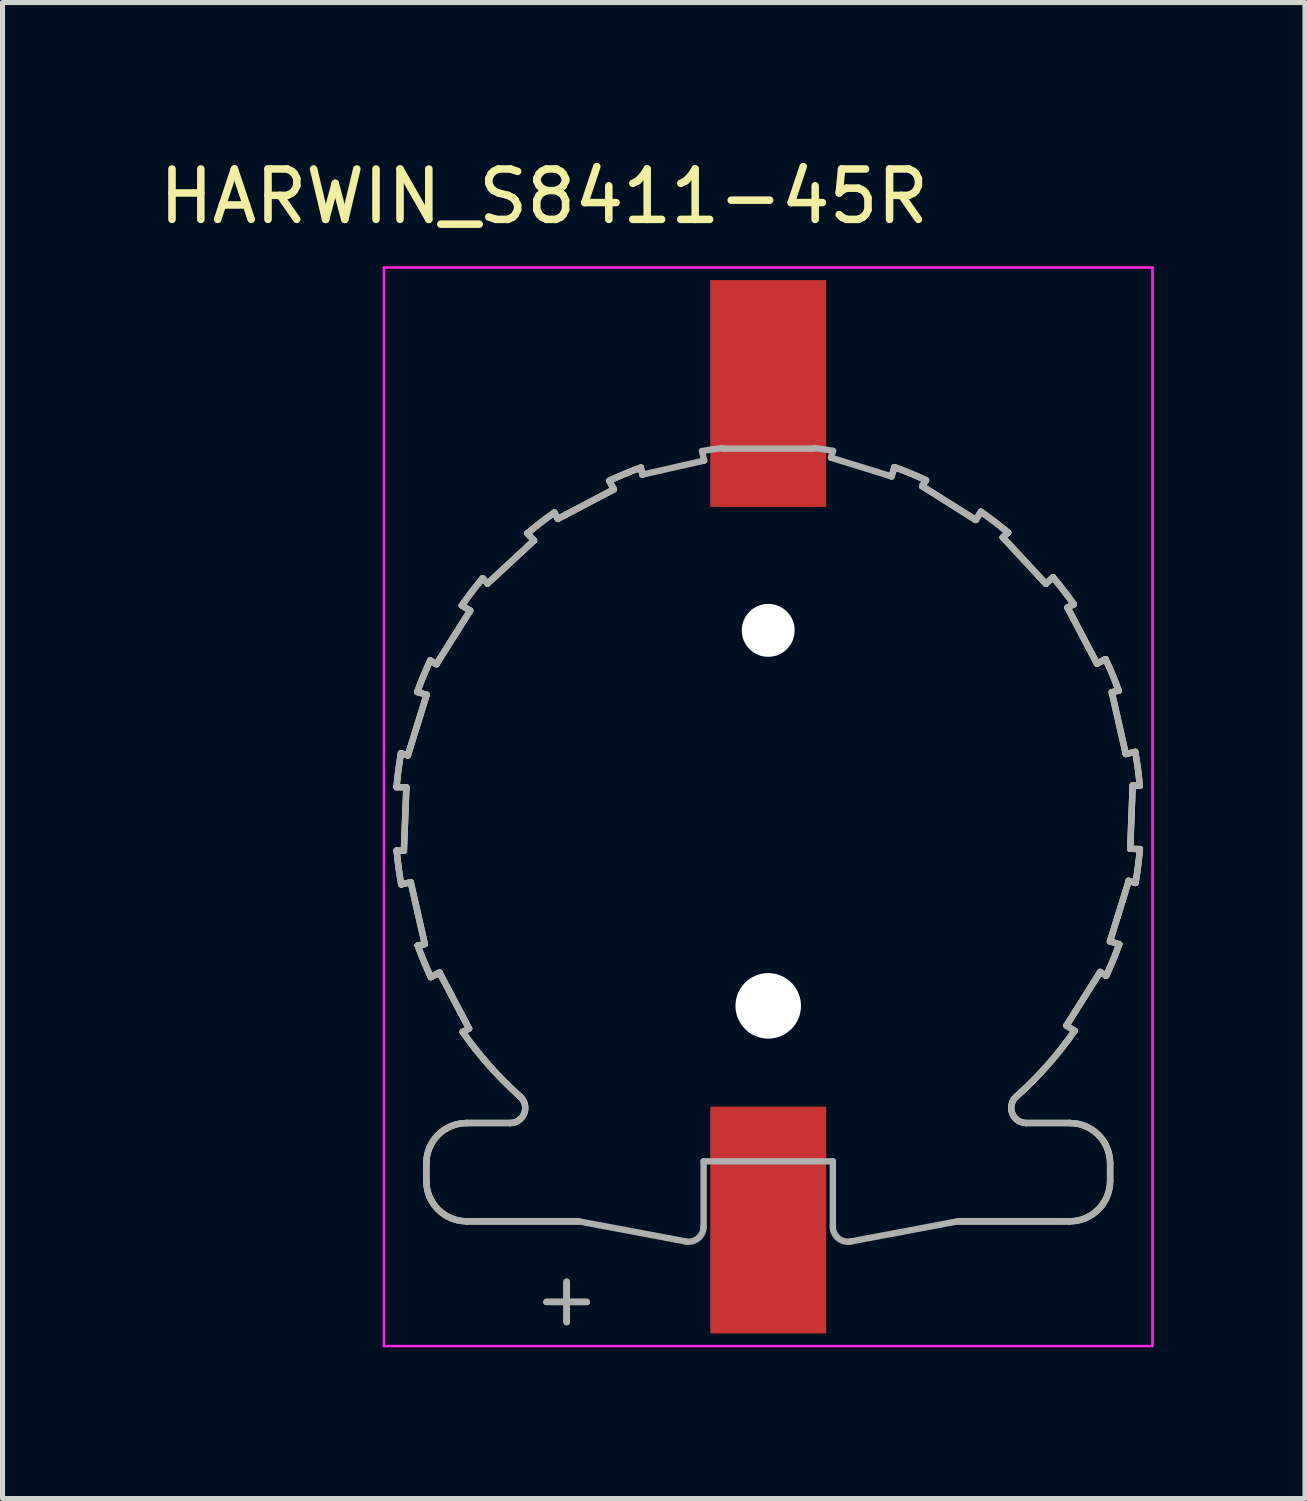
<source format=kicad_pcb>
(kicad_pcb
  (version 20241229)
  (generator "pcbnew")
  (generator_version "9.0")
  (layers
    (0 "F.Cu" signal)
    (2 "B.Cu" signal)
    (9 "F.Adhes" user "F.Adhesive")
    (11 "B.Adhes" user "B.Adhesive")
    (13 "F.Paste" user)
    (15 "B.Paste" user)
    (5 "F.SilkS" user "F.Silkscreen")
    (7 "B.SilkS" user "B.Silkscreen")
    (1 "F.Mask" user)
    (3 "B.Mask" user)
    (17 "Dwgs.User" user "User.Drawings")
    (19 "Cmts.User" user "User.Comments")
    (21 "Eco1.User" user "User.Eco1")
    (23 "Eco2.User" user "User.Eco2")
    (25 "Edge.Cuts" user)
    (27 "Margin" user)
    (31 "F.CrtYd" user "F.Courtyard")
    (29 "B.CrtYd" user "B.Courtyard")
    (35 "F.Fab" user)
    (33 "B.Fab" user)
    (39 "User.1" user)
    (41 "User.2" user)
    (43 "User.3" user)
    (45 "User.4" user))
  (footprint "HARWIN_S8411-45R"
    (layer "F.Cu")
    (at 12.193 13.183)
    (property "Reference" "HARWIN_S8411-45R" (at -4.449 -12.335 0) (layer "F.SilkS") (effects (font (size 1 1) (thickness 0.15))))
    (attr smd)
    (fp_line (start -7.372 0.643) (end -7.229 0.649) (stroke (width 0.127) (type solid)) (layer "F.SilkS"))
    (fp_line (start -7.287 -1.287) (end -7.15 -1.245) (stroke (width 0.127) (type solid)) (layer "F.SilkS"))
    (fp_line (start -7.229 0.649) (end -7.18 -0.608) (stroke (width 0.127) (type solid)) (layer "F.SilkS"))
    (fp_line (start -7.18 -0.608) (end -7.374 -0.615) (stroke (width 0.127) (type solid)) (layer "F.SilkS"))
    (fp_line (start -7.15 -1.245) (end -6.778 -2.446) (stroke (width 0.127) (type solid)) (layer "F.SilkS"))
    (fp_line (start -7.093 1.272) (end -7.282 1.315) (stroke (width 0.127) (type solid)) (layer "F.SilkS"))
    (fp_line (start -6.954 2.53) (end -6.814 2.498) (stroke (width 0.127) (type solid)) (layer "F.SilkS"))
    (fp_line (start -6.814 2.498) (end -7.093 1.272) (stroke (width 0.127) (type solid)) (layer "F.SilkS"))
    (fp_line (start -6.784 6.85) (end -6.784 7.2) (stroke (width 0.127) (type solid)) (layer "F.SilkS"))
    (fp_line (start -6.778 -2.446) (end -6.964 -2.503) (stroke (width 0.127) (type solid)) (layer "F.SilkS"))
    (fp_line (start -6.706 -3.13) (end -6.584 -3.053) (stroke (width 0.127) (type solid)) (layer "F.SilkS"))
    (fp_line (start -6.584 -3.053) (end -5.914 -4.117) (stroke (width 0.127) (type solid)) (layer "F.SilkS"))
    (fp_line (start -6.522 3.065) (end -6.694 3.155) (stroke (width 0.127) (type solid)) (layer "F.SilkS"))
    (fp_line (start -6.062 4.243) (end -5.936 4.177) (stroke (width 0.127) (type solid)) (layer "F.SilkS"))
    (fp_line (start -5.984 8) (end -3.764 8) (stroke (width 0.127) (type solid)) (layer "F.SilkS"))
    (fp_line (start -5.936 4.177) (end -6.522 3.065) (stroke (width 0.127) (type solid)) (layer "F.SilkS"))
    (fp_line (start -5.914 -4.117) (end -6.079 -4.22) (stroke (width 0.127) (type solid)) (layer "F.SilkS"))
    (fp_line (start -5.667 -4.759) (end -5.57 -4.654) (stroke (width 0.127) (type solid)) (layer "F.SilkS"))
    (fp_line (start -5.57 -4.654) (end -4.647 -5.508) (stroke (width 0.127) (type solid)) (layer "F.SilkS"))
    (fp_line (start -5.121 6.05) (end -5.984 6.05) (stroke (width 0.127) (type solid)) (layer "F.SilkS"))
    (fp_line (start -4.647 -5.508) (end -4.779 -5.65) (stroke (width 0.127) (type solid)) (layer "F.SilkS"))
    (fp_line (start -4.4 9.6) (end -3.6 9.6) (stroke (width 0.127) (type solid)) (layer "F.SilkS"))
    (fp_line (start -4.242 -6.063) (end -4.175 -5.937) (stroke (width 0.127) (type solid)) (layer "F.SilkS"))
    (fp_line (start -4.175 -5.937) (end -3.063 -6.523) (stroke (width 0.127) (type solid)) (layer "F.SilkS"))
    (fp_line (start -4 10) (end -4 9.2) (stroke (width 0.127) (type solid)) (layer "F.SilkS"))
    (fp_line (start -3.063 -6.523) (end -3.154 -6.694) (stroke (width 0.127) (type solid)) (layer "F.SilkS"))
    (fp_line (start -2.528 -6.955) (end -2.497 -6.816) (stroke (width 0.127) (type solid)) (layer "F.SilkS"))
    (fp_line (start 2.447 -6.78) (end 2.504 -6.964) (stroke (width 0.127) (type solid)) (layer "F.SilkS"))
    (fp_line (start 3.054 -6.586) (end 4.118 -5.916) (stroke (width 0.127) (type solid)) (layer "F.SilkS"))
    (fp_line (start 3.13 -6.705) (end 3.054 -6.586) (stroke (width 0.127) (type solid)) (layer "F.SilkS"))
    (fp_line (start 3.764 8) (end 5.984 8) (stroke (width 0.127) (type solid)) (layer "F.SilkS"))
    (fp_line (start 4.118 -5.916) (end 4.221 -6.078) (stroke (width 0.127) (type solid)) (layer "F.SilkS"))
    (fp_line (start 4.655 -5.571) (end 5.509 -4.649) (stroke (width 0.127) (type solid)) (layer "F.SilkS"))
    (fp_line (start 4.759 -5.667) (end 4.655 -5.571) (stroke (width 0.127) (type solid)) (layer "F.SilkS"))
    (fp_line (start 5.509 -4.649) (end 5.65 -4.779) (stroke (width 0.127) (type solid)) (layer "F.SilkS"))
    (fp_line (start 5.917 4.117) (end 6.079 4.219) (stroke (width 0.127) (type solid)) (layer "F.SilkS"))
    (fp_line (start 5.938 -4.177) (end 6.524 -3.065) (stroke (width 0.127) (type solid)) (layer "F.SilkS"))
    (fp_line (start 5.984 6.05) (end 5.121 6.05) (stroke (width 0.127) (type solid)) (layer "F.SilkS"))
    (fp_line (start 6.063 -4.243) (end 5.938 -4.177) (stroke (width 0.127) (type solid)) (layer "F.SilkS"))
    (fp_line (start 6.524 -3.065) (end 6.694 -3.154) (stroke (width 0.127) (type solid)) (layer "F.SilkS"))
    (fp_line (start 6.587 3.053) (end 5.917 4.117) (stroke (width 0.127) (type solid)) (layer "F.SilkS"))
    (fp_line (start 6.706 3.128) (end 6.587 3.053) (stroke (width 0.127) (type solid)) (layer "F.SilkS"))
    (fp_line (start 6.781 2.446) (end 6.964 2.502) (stroke (width 0.127) (type solid)) (layer "F.SilkS"))
    (fp_line (start 6.784 7.2) (end 6.784 6.85) (stroke (width 0.127) (type solid)) (layer "F.SilkS"))
    (fp_line (start 6.817 -2.498) (end 7.095 -1.272) (stroke (width 0.127) (type solid)) (layer "F.SilkS"))
    (fp_line (start 6.954 -2.529) (end 6.817 -2.498) (stroke (width 0.127) (type solid)) (layer "F.SilkS"))
    (fp_line (start 7.095 -1.272) (end 7.282 -1.314) (stroke (width 0.127) (type solid)) (layer "F.SilkS"))
    (fp_line (start 7.153 1.245) (end 6.781 2.446) (stroke (width 0.127) (type solid)) (layer "F.SilkS"))
    (fp_line (start 7.183 0.608) (end 7.374 0.615) (stroke (width 0.127) (type solid)) (layer "F.SilkS"))
    (fp_line (start 7.231 -0.649) (end 7.183 0.608) (stroke (width 0.127) (type solid)) (layer "F.SilkS"))
    (fp_line (start 7.287 1.286) (end 7.153 1.245) (stroke (width 0.127) (type solid)) (layer "F.SilkS"))
    (fp_line (start 7.372 -0.643) (end 7.231 -0.649) (stroke (width 0.127) (type solid)) (layer "F.SilkS"))
    (fp_arc (start -7.37439 -0.61505) (mid -7.338493 -0.952084) (end -7.2872 -1.28712) (stroke (width 0.127) (type solid)) (layer "F.SilkS"))
    (fp_arc (start -7.28225 1.31486) (mid -7.334819 0.980023) (end -7.372 0.643131) (stroke (width 0.127) (type solid)) (layer "F.SilkS"))
    (fp_arc (start -6.96382 -2.50302) (mid -6.841906 -2.819262) (end -6.70564 -3.12959) (stroke (width 0.127) (type solid)) (layer "F.SilkS"))
    (fp_arc (start -6.78377 6.85) (mid -6.549455 6.284315) (end -5.98377 6.05) (stroke (width 0.127) (type solid)) (layer "F.SilkS"))
    (fp_arc (start -6.69367 3.15511) (mid -6.83112 2.845304) (end -6.95424 2.52953) (stroke (width 0.127) (type solid)) (layer "F.SilkS"))
    (fp_arc (start -6.07854 -4.22035) (mid -5.878935 -4.494233) (end -5.667 -4.75869) (stroke (width 0.127) (type solid)) (layer "F.SilkS"))
    (fp_arc (start -5.98377 8) (mid -6.549455 7.765685) (end -6.78377 7.2) (stroke (width 0.127) (type solid)) (layer "F.SilkS"))
    (fp_arc (start -4.92175 5.52597) (mid -5.529394 4.917908) (end -6.06242 4.24348) (stroke (width 0.127) (type solid)) (layer "F.SilkS"))
    (fp_arc (start -4.92175 5.52597) (mid -4.840913 5.856751) (end -5.12128 6.05) (stroke (width 0.127) (type solid)) (layer "F.SilkS"))
    (fp_arc (start -4.77893 -5.64994) (mid -4.515254 -5.862802) (end -4.24211 -6.06337) (stroke (width 0.127) (type solid)) (layer "F.SilkS"))
    (fp_arc (start -3.15361 -6.69438) (mid -2.843856 -6.831727) (end -2.52814 -6.95475) (stroke (width 0.127) (type solid)) (layer "F.SilkS"))
    (fp_arc (start 2.50379 -6.96355) (mid 2.819819 -6.841682) (end 3.12994 -6.70548) (stroke (width 0.127) (type solid)) (layer "F.SilkS"))
    (fp_arc (start 4.22066 -6.07833) (mid 4.494357 -5.878842) (end 4.75864 -5.66704) (stroke (width 0.127) (type solid)) (layer "F.SilkS"))
    (fp_arc (start 5.12128 6.05) (mid 4.840913 5.856751) (end 4.92175 5.52597) (stroke (width 0.127) (type solid)) (layer "F.SilkS"))
    (fp_arc (start 5.6499 -4.77898) (mid 5.862629 -4.515483) (end 6.06308 -4.24253) (stroke (width 0.127) (type solid)) (layer "F.SilkS"))
    (fp_arc (start 5.98377 6.05) (mid 6.549455 6.284315) (end 6.78377 6.85) (stroke (width 0.127) (type solid)) (layer "F.SilkS"))
    (fp_arc (start 6.07929 4.21927) (mid 5.539187 4.906873) (end 4.92175 5.52597) (stroke (width 0.127) (type solid)) (layer "F.SilkS"))
    (fp_arc (start 6.69417 -3.15407) (mid 6.831452 -2.844523) (end 6.95443 -2.52902) (stroke (width 0.127) (type solid)) (layer "F.SilkS"))
    (fp_arc (start 6.78377 7.2) (mid 6.549455 7.765685) (end 5.98377 8) (stroke (width 0.127) (type solid)) (layer "F.SilkS"))
    (fp_arc (start 6.96407 2.50234) (mid 6.842299 2.818316) (end 6.7062 3.12839) (stroke (width 0.127) (type solid)) (layer "F.SilkS"))
    (fp_arc (start 7.28234 -1.31432) (mid 7.334844 -0.979795) (end 7.37199 -0.643219) (stroke (width 0.127) (type solid)) (layer "F.SilkS"))
    (fp_arc (start 7.37441 0.614959) (mid 7.338553 0.951676) (end 7.28733 1.2864) (stroke (width 0.127) (type solid)) (layer "F.SilkS"))
    (fp_line (start -7.624 -10.925) (end -7.624 10.475) (stroke (width 0.05) (type solid)) (layer "F.CrtYd"))
    (fp_line (start -7.624 10.475) (end 7.624 10.475) (stroke (width 0.05) (type solid)) (layer "F.CrtYd"))
    (fp_line (start 7.624 -10.925) (end -7.624 -10.925) (stroke (width 0.05) (type solid)) (layer "F.CrtYd"))
    (fp_line (start 7.624 10.475) (end 7.624 -10.925) (stroke (width 0.05) (type solid)) (layer "F.CrtYd"))
    (fp_line (start -7.372 0.643) (end -7.229 0.649) (stroke (width 0.127) (type solid)) (layer "F.Fab"))
    (fp_line (start -7.287 -1.287) (end -7.15 -1.245) (stroke (width 0.127) (type solid)) (layer "F.Fab"))
    (fp_line (start -7.229 0.649) (end -7.18 -0.608) (stroke (width 0.127) (type solid)) (layer "F.Fab"))
    (fp_line (start -7.18 -0.608) (end -7.374 -0.615) (stroke (width 0.127) (type solid)) (layer "F.Fab"))
    (fp_line (start -7.15 -1.245) (end -6.778 -2.446) (stroke (width 0.127) (type solid)) (layer "F.Fab"))
    (fp_line (start -7.093 1.272) (end -7.282 1.315) (stroke (width 0.127) (type solid)) (layer "F.Fab"))
    (fp_line (start -6.954 2.53) (end -6.814 2.498) (stroke (width 0.127) (type solid)) (layer "F.Fab"))
    (fp_line (start -6.814 2.498) (end -7.093 1.272) (stroke (width 0.127) (type solid)) (layer "F.Fab"))
    (fp_line (start -6.784 6.85) (end -6.784 7.2) (stroke (width 0.127) (type solid)) (layer "F.Fab"))
    (fp_line (start -6.778 -2.446) (end -6.964 -2.503) (stroke (width 0.127) (type solid)) (layer "F.Fab"))
    (fp_line (start -6.706 -3.13) (end -6.584 -3.053) (stroke (width 0.127) (type solid)) (layer "F.Fab"))
    (fp_line (start -6.584 -3.053) (end -5.914 -4.117) (stroke (width 0.127) (type solid)) (layer "F.Fab"))
    (fp_line (start -6.522 3.065) (end -6.694 3.155) (stroke (width 0.127) (type solid)) (layer "F.Fab"))
    (fp_line (start -6.062 4.243) (end -5.936 4.177) (stroke (width 0.127) (type solid)) (layer "F.Fab"))
    (fp_line (start -5.984 8) (end -3.764 8) (stroke (width 0.127) (type solid)) (layer "F.Fab"))
    (fp_line (start -5.936 4.177) (end -6.522 3.065) (stroke (width 0.127) (type solid)) (layer "F.Fab"))
    (fp_line (start -5.914 -4.117) (end -6.079 -4.22) (stroke (width 0.127) (type solid)) (layer "F.Fab"))
    (fp_line (start -5.667 -4.759) (end -5.57 -4.654) (stroke (width 0.127) (type solid)) (layer "F.Fab"))
    (fp_line (start -5.57 -4.654) (end -4.647 -5.508) (stroke (width 0.127) (type solid)) (layer "F.Fab"))
    (fp_line (start -5.121 6.05) (end -5.984 6.05) (stroke (width 0.127) (type solid)) (layer "F.Fab"))
    (fp_line (start -4.647 -5.508) (end -4.779 -5.65) (stroke (width 0.127) (type solid)) (layer "F.Fab"))
    (fp_line (start -4.4 9.6) (end -3.6 9.6) (stroke (width 0.127) (type solid)) (layer "F.Fab"))
    (fp_line (start -4.242 -6.063) (end -4.175 -5.937) (stroke (width 0.127) (type solid)) (layer "F.Fab"))
    (fp_line (start -4.175 -5.937) (end -3.063 -6.523) (stroke (width 0.127) (type solid)) (layer "F.Fab"))
    (fp_line (start -4 10) (end -4 9.2) (stroke (width 0.127) (type solid)) (layer "F.Fab"))
    (fp_line (start -3.764 8) (end -1.637 8.4) (stroke (width 0.127) (type solid)) (layer "F.Fab"))
    (fp_line (start -3.063 -6.523) (end -3.154 -6.694) (stroke (width 0.127) (type solid)) (layer "F.Fab"))
    (fp_line (start -2.528 -6.955) (end -2.497 -6.816) (stroke (width 0.127) (type solid)) (layer "F.Fab"))
    (fp_line (start -2.497 -6.816) (end -1.271 -7.094) (stroke (width 0.127) (type solid)) (layer "F.Fab"))
    (fp_line (start -1.282 6.81) (end -1.282 8.105) (stroke (width 0.127) (type solid)) (layer "F.Fab"))
    (fp_line (start -1.282 6.81) (end 1.282 6.81) (stroke (width 0.127) (type solid)) (layer "F.Fab"))
    (fp_line (start -1.271 -7.094) (end -1.313 -7.283) (stroke (width 0.127) (type solid)) (layer "F.Fab"))
    (fp_line (start 0.9 -7.33) (end -0.9 -7.33) (stroke (width 0.127) (type solid)) (layer "F.Fab"))
    (fp_line (start 1.246 -7.151) (end 2.447 -6.78) (stroke (width 0.127) (type solid)) (layer "F.Fab"))
    (fp_line (start 1.282 8.105) (end 1.282 6.81) (stroke (width 0.127) (type solid)) (layer "F.Fab"))
    (fp_line (start 1.288 -7.287) (end 1.246 -7.151) (stroke (width 0.127) (type solid)) (layer "F.Fab"))
    (fp_line (start 1.637 8.4) (end 3.764 8) (stroke (width 0.127) (type solid)) (layer "F.Fab"))
    (fp_line (start 2.447 -6.78) (end 2.504 -6.964) (stroke (width 0.127) (type solid)) (layer "F.Fab"))
    (fp_line (start 3.054 -6.586) (end 4.118 -5.916) (stroke (width 0.127) (type solid)) (layer "F.Fab"))
    (fp_line (start 3.13 -6.705) (end 3.054 -6.586) (stroke (width 0.127) (type solid)) (layer "F.Fab"))
    (fp_line (start 3.764 8) (end 5.984 8) (stroke (width 0.127) (type solid)) (layer "F.Fab"))
    (fp_line (start 4.118 -5.916) (end 4.221 -6.078) (stroke (width 0.127) (type solid)) (layer "F.Fab"))
    (fp_line (start 4.655 -5.571) (end 5.509 -4.649) (stroke (width 0.127) (type solid)) (layer "F.Fab"))
    (fp_line (start 4.759 -5.667) (end 4.655 -5.571) (stroke (width 0.127) (type solid)) (layer "F.Fab"))
    (fp_line (start 5.509 -4.649) (end 5.65 -4.779) (stroke (width 0.127) (type solid)) (layer "F.Fab"))
    (fp_line (start 5.917 4.117) (end 6.079 4.219) (stroke (width 0.127) (type solid)) (layer "F.Fab"))
    (fp_line (start 5.938 -4.177) (end 6.524 -3.065) (stroke (width 0.127) (type solid)) (layer "F.Fab"))
    (fp_line (start 5.984 6.05) (end 5.121 6.05) (stroke (width 0.127) (type solid)) (layer "F.Fab"))
    (fp_line (start 6.063 -4.243) (end 5.938 -4.177) (stroke (width 0.127) (type solid)) (layer "F.Fab"))
    (fp_line (start 6.524 -3.065) (end 6.694 -3.154) (stroke (width 0.127) (type solid)) (layer "F.Fab"))
    (fp_line (start 6.587 3.053) (end 5.917 4.117) (stroke (width 0.127) (type solid)) (layer "F.Fab"))
    (fp_line (start 6.706 3.128) (end 6.587 3.053) (stroke (width 0.127) (type solid)) (layer "F.Fab"))
    (fp_line (start 6.781 2.446) (end 6.964 2.502) (stroke (width 0.127) (type solid)) (layer "F.Fab"))
    (fp_line (start 6.784 7.2) (end 6.784 6.85) (stroke (width 0.127) (type solid)) (layer "F.Fab"))
    (fp_line (start 6.817 -2.498) (end 7.095 -1.272) (stroke (width 0.127) (type solid)) (layer "F.Fab"))
    (fp_line (start 6.954 -2.529) (end 6.817 -2.498) (stroke (width 0.127) (type solid)) (layer "F.Fab"))
    (fp_line (start 7.095 -1.272) (end 7.282 -1.314) (stroke (width 0.127) (type solid)) (layer "F.Fab"))
    (fp_line (start 7.153 1.245) (end 6.781 2.446) (stroke (width 0.127) (type solid)) (layer "F.Fab"))
    (fp_line (start 7.183 0.608) (end 7.374 0.615) (stroke (width 0.127) (type solid)) (layer "F.Fab"))
    (fp_line (start 7.231 -0.649) (end 7.183 0.608) (stroke (width 0.127) (type solid)) (layer "F.Fab"))
    (fp_line (start 7.287 1.286) (end 7.153 1.245) (stroke (width 0.127) (type solid)) (layer "F.Fab"))
    (fp_line (start 7.372 -0.643) (end 7.231 -0.649) (stroke (width 0.127) (type solid)) (layer "F.Fab"))
    (fp_arc (start -7.37439 -0.61505) (mid -7.338493 -0.952084) (end -7.2872 -1.28712) (stroke (width 0.127) (type solid)) (layer "F.Fab"))
    (fp_arc (start -7.28225 1.31486) (mid -7.334819 0.980023) (end -7.372 0.643131) (stroke (width 0.127) (type solid)) (layer "F.Fab"))
    (fp_arc (start -6.96382 -2.50302) (mid -6.841906 -2.819262) (end -6.70564 -3.12959) (stroke (width 0.127) (type solid)) (layer "F.Fab"))
    (fp_arc (start -6.78377 6.85) (mid -6.549455 6.284315) (end -5.98377 6.05) (stroke (width 0.127) (type solid)) (layer "F.Fab"))
    (fp_arc (start -6.69367 3.15511) (mid -6.83112 2.845304) (end -6.95424 2.52953) (stroke (width 0.127) (type solid)) (layer "F.Fab"))
    (fp_arc (start -6.07854 -4.22035) (mid -5.878935 -4.494233) (end -5.667 -4.75869) (stroke (width 0.127) (type solid)) (layer "F.Fab"))
    (fp_arc (start -5.98377 8) (mid -6.549455 7.765685) (end -6.78377 7.2) (stroke (width 0.127) (type solid)) (layer "F.Fab"))
    (fp_arc (start -4.92175 5.52597) (mid -5.529394 4.917908) (end -6.06242 4.24348) (stroke (width 0.127) (type solid)) (layer "F.Fab"))
    (fp_arc (start -4.92175 5.52597) (mid -4.840913 5.856751) (end -5.12128 6.05) (stroke (width 0.127) (type solid)) (layer "F.Fab"))
    (fp_arc (start -4.77893 -5.64994) (mid -4.515254 -5.862802) (end -4.24211 -6.06337) (stroke (width 0.127) (type solid)) (layer "F.Fab"))
    (fp_arc (start -3.15361 -6.69438) (mid -2.843856 -6.831727) (end -2.52814 -6.95475) (stroke (width 0.127) (type solid)) (layer "F.Fab"))
    (fp_arc (start -1.31341 -7.28252) (mid -1.117636 -7.315121) (end -0.921059 -7.34246) (stroke (width 0.127) (type solid)) (layer "F.Fab"))
    (fp_arc (start -1.28188 8.10523) (mid -1.390366 8.336146) (end -1.637361 8.40006) (stroke (width 0.127) (type solid)) (layer "F.Fab"))
    (fp_arc (start 0.92105 -7.34245) (mid 1.104827 -7.317055) (end 1.28791 -7.28706) (stroke (width 0.127) (type solid)) (layer "F.Fab"))
    (fp_arc (start 1.63736 8.40006) (mid 1.390371 8.336143) (end 1.281891 8.10523) (stroke (width 0.127) (type solid)) (layer "F.Fab"))
    (fp_arc (start 2.50379 -6.96355) (mid 2.819819 -6.841682) (end 3.12994 -6.70548) (stroke (width 0.127) (type solid)) (layer "F.Fab"))
    (fp_arc (start 4.22066 -6.07833) (mid 4.494357 -5.878842) (end 4.75864 -5.66704) (stroke (width 0.127) (type solid)) (layer "F.Fab"))
    (fp_arc (start 5.12128 6.05) (mid 4.840913 5.856751) (end 4.92175 5.52597) (stroke (width 0.127) (type solid)) (layer "F.Fab"))
    (fp_arc (start 5.6499 -4.77898) (mid 5.862629 -4.515483) (end 6.06308 -4.24253) (stroke (width 0.127) (type solid)) (layer "F.Fab"))
    (fp_arc (start 5.98377 6.05) (mid 6.549455 6.284315) (end 6.78377 6.85) (stroke (width 0.127) (type solid)) (layer "F.Fab"))
    (fp_arc (start 6.07929 4.21927) (mid 5.539187 4.906873) (end 4.92175 5.52597) (stroke (width 0.127) (type solid)) (layer "F.Fab"))
    (fp_arc (start 6.69417 -3.15407) (mid 6.831452 -2.844523) (end 6.95443 -2.52902) (stroke (width 0.127) (type solid)) (layer "F.Fab"))
    (fp_arc (start 6.78377 7.2) (mid 6.549455 7.765685) (end 5.98377 8) (stroke (width 0.127) (type solid)) (layer "F.Fab"))
    (fp_arc (start 6.96407 2.50234) (mid 6.842299 2.818316) (end 6.7062 3.12839) (stroke (width 0.127) (type solid)) (layer "F.Fab"))
    (fp_arc (start 7.28234 -1.31432) (mid 7.334844 -0.979795) (end 7.37199 -0.643219) (stroke (width 0.127) (type solid)) (layer "F.Fab"))
    (fp_arc (start 7.37441 0.614959) (mid 7.338553 0.951676) (end 7.28733 1.2864) (stroke (width 0.127) (type solid)) (layer "F.Fab"))
    (pad "" np_thru_hole circle (at 0 -3.725) (size 1.05 1.05) (drill 1.05) (layers "*.Cu" "*.Mask"))
    (pad "" np_thru_hole circle (at 0 3.725) (size 1.3 1.3) (drill 1.3) (layers "*.Cu" "*.Mask"))
    (pad "N" smd rect (at 0 -8.425) (size 2.3 4.5) (layers "F.Cu" "F.Mask" "F.Paste"))
    (pad "P" smd rect (at 0 7.975) (size 2.3 4.5) (layers "F.Cu" "F.Mask" "F.Paste")))
  (gr_rect
    (start -3 -3)
    (end 22.843 26.683)
    (stroke (width 0.1) (type default))
    (fill no)
    (layer "Edge.Cuts")))
</source>
